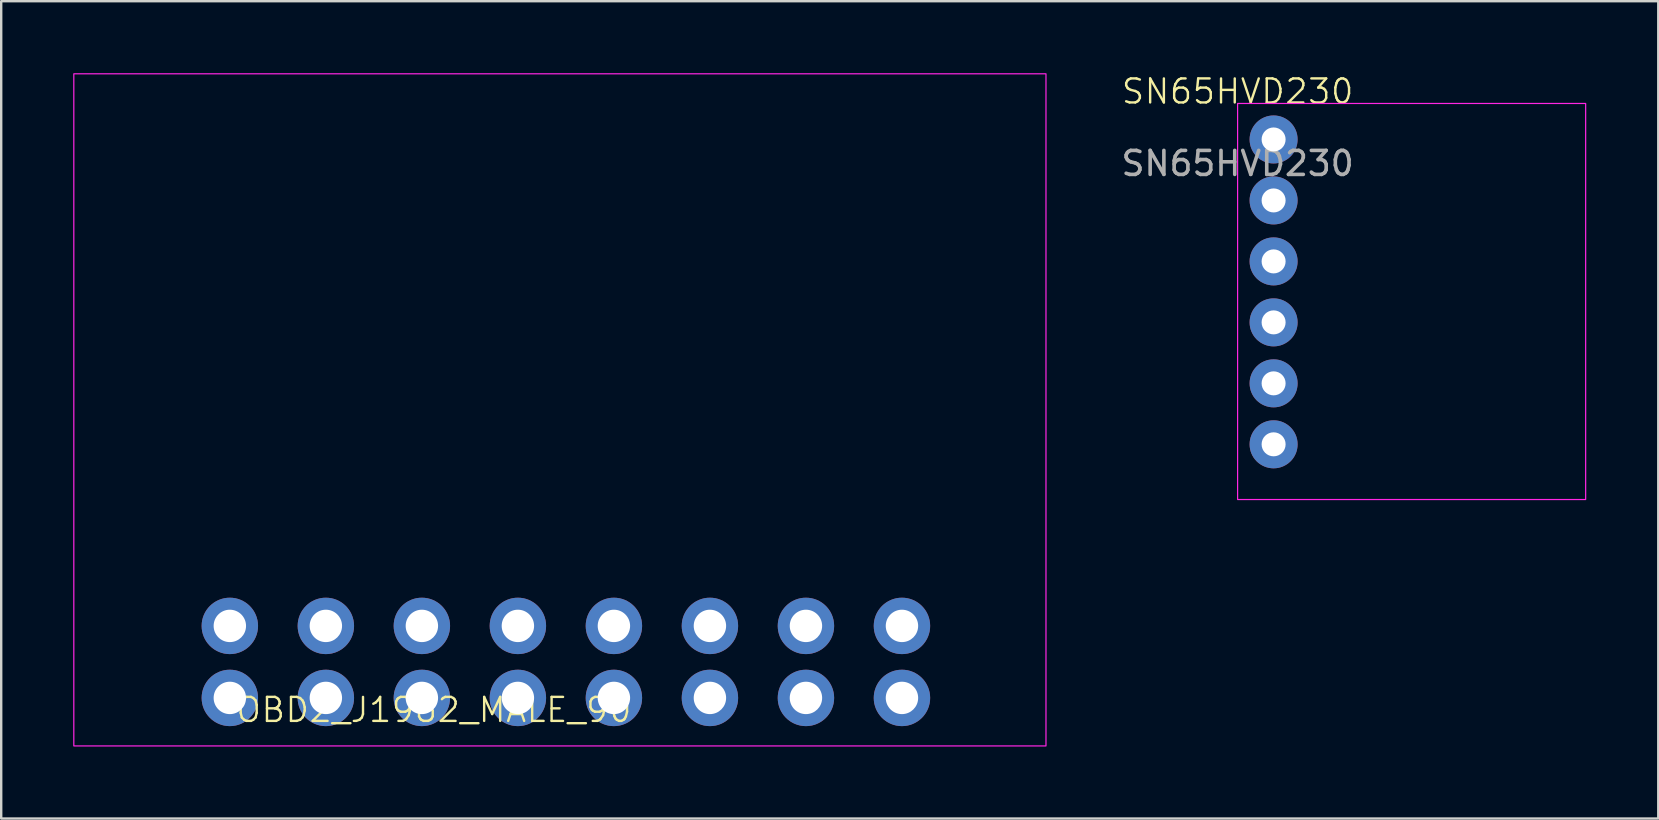
<source format=kicad_pcb>
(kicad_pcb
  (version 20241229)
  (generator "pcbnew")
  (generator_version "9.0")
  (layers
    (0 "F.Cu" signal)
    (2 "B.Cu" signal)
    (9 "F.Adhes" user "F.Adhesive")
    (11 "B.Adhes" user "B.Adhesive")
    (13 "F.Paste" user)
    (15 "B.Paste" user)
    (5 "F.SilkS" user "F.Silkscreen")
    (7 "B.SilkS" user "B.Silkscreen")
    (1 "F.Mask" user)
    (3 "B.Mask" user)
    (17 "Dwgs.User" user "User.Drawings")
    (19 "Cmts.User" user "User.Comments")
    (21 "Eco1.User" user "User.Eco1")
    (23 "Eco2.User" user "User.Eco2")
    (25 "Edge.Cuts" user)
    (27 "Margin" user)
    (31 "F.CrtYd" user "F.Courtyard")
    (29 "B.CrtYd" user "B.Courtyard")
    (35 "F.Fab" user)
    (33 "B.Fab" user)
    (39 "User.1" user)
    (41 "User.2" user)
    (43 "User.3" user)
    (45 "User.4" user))
  (footprint "OBD2_J1962_MALE_90"
    (layer "F.Cu")
    (at 6.525 23.025)
    (property "Reference" "OBD2_J1962_MALE_90" (at 8.5 3.5 0) (unlocked yes) (layer "F.SilkS") (effects (font (size 1 1) (thickness 0.1))))
    (attr through_hole)
    (fp_poly (pts (xy -6.5 5) (xy -6.5 -23) (xy 34 -23) (xy 34 5)) (stroke (width 0.05) (type solid)) (fill no) (layer "F.CrtYd"))
    (pad "1" thru_hole circle (at 28 0) (size 2.35 2.35) (drill 1.35) (layers "*.Cu" "*.Mask"))
    (pad "2" thru_hole circle (at 24 0) (size 2.35 2.35) (drill 1.35) (layers "*.Cu" "*.Mask"))
    (pad "3" thru_hole circle (at 20 0) (size 2.35 2.35) (drill 1.35) (layers "*.Cu" "*.Mask"))
    (pad "4" thru_hole circle (at 16 0) (size 2.35 2.35) (drill 1.35) (layers "*.Cu" "*.Mask"))
    (pad "5" thru_hole circle (at 12 0) (size 2.35 2.35) (drill 1.35) (layers "*.Cu" "*.Mask"))
    (pad "6" thru_hole circle (at 8 0) (size 2.35 2.35) (drill 1.35) (layers "*.Cu" "*.Mask"))
    (pad "7" thru_hole circle (at 4 0) (size 2.35 2.35) (drill 1.35) (layers "*.Cu" "*.Mask"))
    (pad "8" thru_hole circle (at 0 0) (size 2.35 2.35) (drill 1.35) (layers "*.Cu" "*.Mask"))
    (pad "9" thru_hole circle (at 28 3) (size 2.35 2.35) (drill 1.35) (layers "*.Cu" "*.Mask"))
    (pad "10" thru_hole circle (at 24 3) (size 2.35 2.35) (drill 1.35) (layers "*.Cu" "*.Mask"))
    (pad "11" thru_hole circle (at 20 3) (size 2.35 2.35) (drill 1.35) (layers "*.Cu" "*.Mask"))
    (pad "12" thru_hole circle (at 16 3) (size 2.35 2.35) (drill 1.35) (layers "*.Cu" "*.Mask"))
    (pad "13" thru_hole circle (at 12 3) (size 2.35 2.35) (drill 1.35) (layers "*.Cu" "*.Mask"))
    (pad "14" thru_hole circle (at 8 3) (size 2.35 2.35) (drill 1.35) (layers "*.Cu" "*.Mask"))
    (pad "15" thru_hole circle (at 4 3) (size 2.35 2.35) (drill 1.35) (layers "*.Cu" "*.Mask"))
    (pad "16" thru_hole circle (at 0 3) (size 2.35 2.35) (drill 1.35) (layers "*.Cu" "*.Mask")))
  (footprint "SN65HVD230"
    (layer "F.Cu")
    (at 48.508 1.26)
    (property "Reference" "SN65HVD230" (at 0 -0.5 0) (unlocked yes) (layer "F.SilkS") (effects (font (size 1 1) (thickness 0.1))))
    (attr through_hole)
    (fp_poly (pts (xy 0 0) (xy 14.5 0) (xy 14.5 16.5) (xy 0 16.5)) (stroke (width 0.05) (type solid)) (fill no) (layer "F.CrtYd"))
    (fp_text user "${REFERENCE}" (at 0 2.5 0) (unlocked yes) (layer "F.Fab") (effects (font (size 1 1) (thickness 0.15))))
    (pad "1" thru_hole circle (at 1.5 1.5) (size 2 2) (drill 1) (layers "*.Cu" "*.Mask"))
    (pad "2" thru_hole circle (at 1.5 4.04) (size 2 2) (drill 1) (layers "*.Cu" "*.Mask"))
    (pad "3" thru_hole circle (at 1.5 6.58) (size 2 2) (drill 1) (layers "*.Cu" "*.Mask"))
    (pad "4" thru_hole circle (at 1.5 9.12) (size 2 2) (drill 1) (layers "*.Cu" "*.Mask"))
    (pad "5" thru_hole circle (at 1.5 11.66) (size 2 2) (drill 1) (layers "*.Cu" "*.Mask"))
    (pad "6" thru_hole circle (at 1.5 14.2) (size 2 2) (drill 1) (layers "*.Cu" "*.Mask")))
  (gr_rect
    (start -3 -3)
    (end 66.033 31.05)
    (stroke (width 0.1) (type default))
    (fill no)
    (layer "Edge.Cuts")))
</source>
